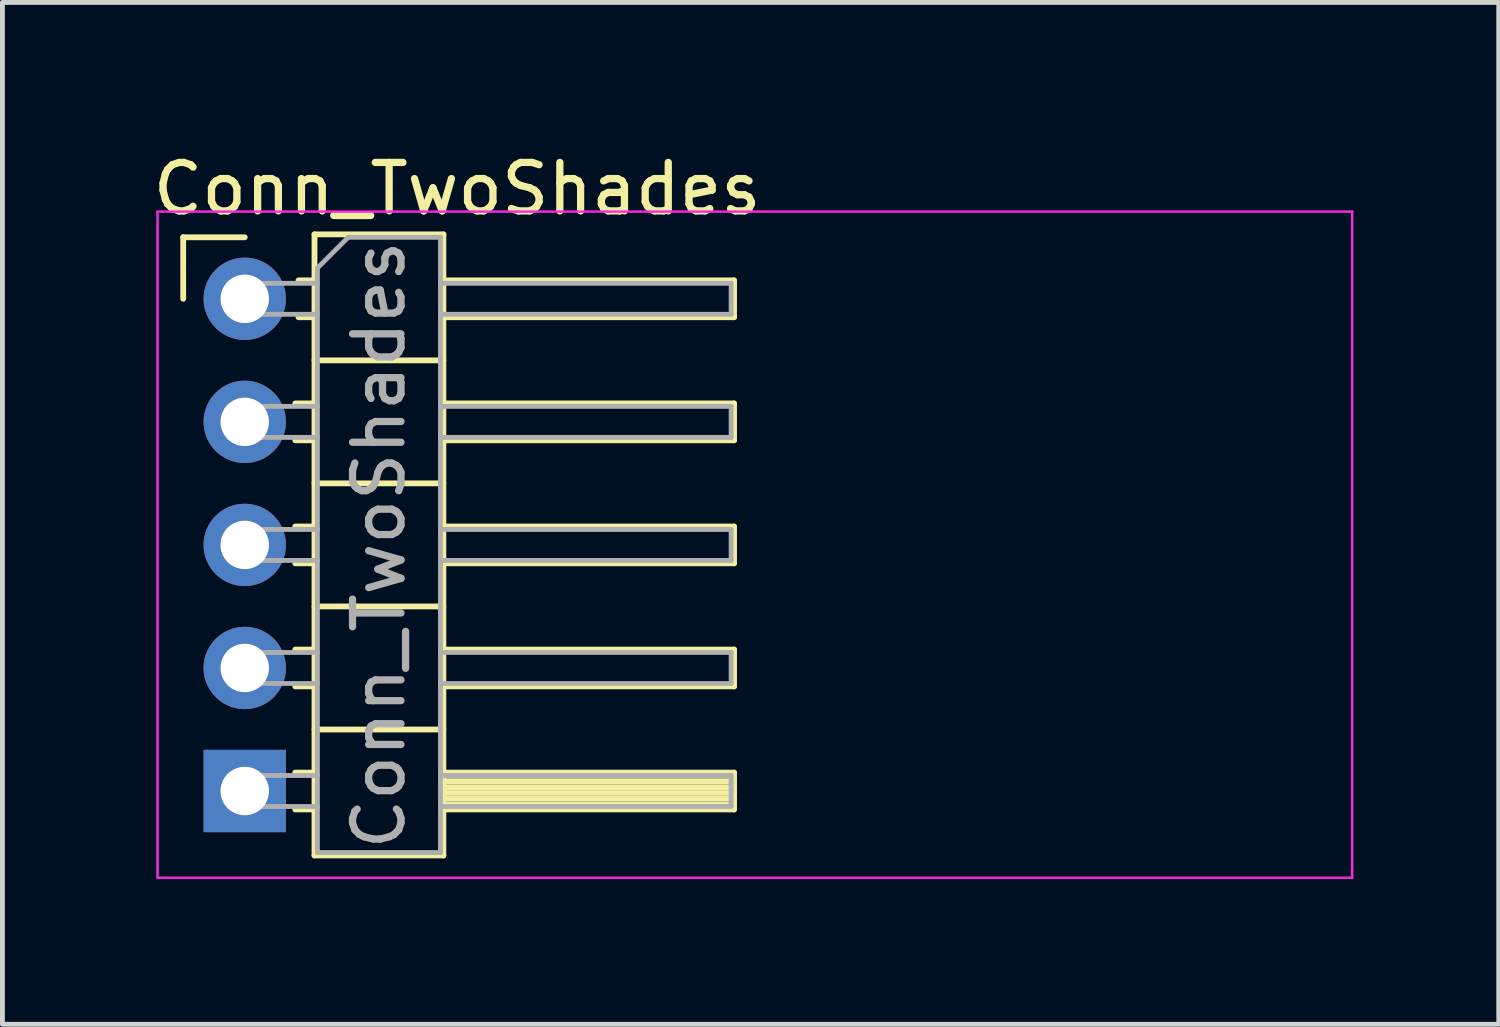
<source format=kicad_pcb>
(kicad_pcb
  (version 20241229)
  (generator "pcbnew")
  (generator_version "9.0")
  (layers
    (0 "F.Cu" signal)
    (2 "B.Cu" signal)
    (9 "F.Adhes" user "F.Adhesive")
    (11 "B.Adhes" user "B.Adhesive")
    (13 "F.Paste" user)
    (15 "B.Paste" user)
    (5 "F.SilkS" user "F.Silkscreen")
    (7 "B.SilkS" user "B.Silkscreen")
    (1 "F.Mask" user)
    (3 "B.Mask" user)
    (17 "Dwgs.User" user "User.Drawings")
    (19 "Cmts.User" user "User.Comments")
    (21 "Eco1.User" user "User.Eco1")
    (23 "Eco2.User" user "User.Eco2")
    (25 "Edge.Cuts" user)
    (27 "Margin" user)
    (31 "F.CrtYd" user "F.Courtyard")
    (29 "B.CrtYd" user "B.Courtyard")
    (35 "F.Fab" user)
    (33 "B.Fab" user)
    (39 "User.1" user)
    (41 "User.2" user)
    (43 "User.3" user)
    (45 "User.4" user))
  (footprint "Conn_TwoShades"
    (layer "F.Cu")
    (at 2.002 3.118)
    (property "Reference" "Conn_TwoShades" (at 4.385 -2.27 0) (layer "F.SilkS") (effects (font (size 1 1) (thickness 0.15))))
    (attr through_hole)
    (fp_line (start -1.27 -1.27) (end 0 -1.27) (stroke (width 0.12) (type solid)) (layer "F.SilkS"))
    (fp_line (start -1.27 0) (end -1.27 -1.27) (stroke (width 0.12) (type solid)) (layer "F.SilkS"))
    (fp_line (start 1.043 2.16) (end 1.44 2.16) (stroke (width 0.12) (type solid)) (layer "F.SilkS"))
    (fp_line (start 1.043 2.92) (end 1.44 2.92) (stroke (width 0.12) (type solid)) (layer "F.SilkS"))
    (fp_line (start 1.043 4.7) (end 1.44 4.7) (stroke (width 0.12) (type solid)) (layer "F.SilkS"))
    (fp_line (start 1.043 5.46) (end 1.44 5.46) (stroke (width 0.12) (type solid)) (layer "F.SilkS"))
    (fp_line (start 1.043 7.24) (end 1.44 7.24) (stroke (width 0.12) (type solid)) (layer "F.SilkS"))
    (fp_line (start 1.043 8) (end 1.44 8) (stroke (width 0.12) (type solid)) (layer "F.SilkS"))
    (fp_line (start 1.043 9.78) (end 1.44 9.78) (stroke (width 0.12) (type solid)) (layer "F.SilkS"))
    (fp_line (start 1.043 10.54) (end 1.44 10.54) (stroke (width 0.12) (type solid)) (layer "F.SilkS"))
    (fp_line (start 1.11 -0.38) (end 1.44 -0.38) (stroke (width 0.12) (type solid)) (layer "F.SilkS"))
    (fp_line (start 1.11 0.38) (end 1.44 0.38) (stroke (width 0.12) (type solid)) (layer "F.SilkS"))
    (fp_line (start 1.44 -1.33) (end 1.44 11.49) (stroke (width 0.12) (type solid)) (layer "F.SilkS"))
    (fp_line (start 1.44 1.27) (end 4.1 1.27) (stroke (width 0.12) (type solid)) (layer "F.SilkS"))
    (fp_line (start 1.44 3.81) (end 4.1 3.81) (stroke (width 0.12) (type solid)) (layer "F.SilkS"))
    (fp_line (start 1.44 6.35) (end 4.1 6.35) (stroke (width 0.12) (type solid)) (layer "F.SilkS"))
    (fp_line (start 1.44 8.89) (end 4.1 8.89) (stroke (width 0.12) (type solid)) (layer "F.SilkS"))
    (fp_line (start 1.44 11.49) (end 4.1 11.49) (stroke (width 0.12) (type solid)) (layer "F.SilkS"))
    (fp_line (start 4.1 -1.33) (end 1.44 -1.33) (stroke (width 0.12) (type solid)) (layer "F.SilkS"))
    (fp_line (start 4.1 -0.38) (end 10.1 -0.38) (stroke (width 0.12) (type solid)) (layer "F.SilkS"))
    (fp_line (start 4.1 2.16) (end 10.1 2.16) (stroke (width 0.12) (type solid)) (layer "F.SilkS"))
    (fp_line (start 4.1 4.7) (end 10.1 4.7) (stroke (width 0.12) (type solid)) (layer "F.SilkS"))
    (fp_line (start 4.1 7.24) (end 10.1 7.24) (stroke (width 0.12) (type solid)) (layer "F.SilkS"))
    (fp_line (start 4.1 9.78) (end 10.1 9.78) (stroke (width 0.12) (type solid)) (layer "F.SilkS"))
    (fp_line (start 4.1 9.84) (end 10.1 9.84) (stroke (width 0.12) (type solid)) (layer "F.SilkS"))
    (fp_line (start 4.1 9.96) (end 10.1 9.96) (stroke (width 0.12) (type solid)) (layer "F.SilkS"))
    (fp_line (start 4.1 10.08) (end 10.1 10.08) (stroke (width 0.12) (type solid)) (layer "F.SilkS"))
    (fp_line (start 4.1 10.2) (end 10.1 10.2) (stroke (width 0.12) (type solid)) (layer "F.SilkS"))
    (fp_line (start 4.1 10.32) (end 10.1 10.32) (stroke (width 0.12) (type solid)) (layer "F.SilkS"))
    (fp_line (start 4.1 10.44) (end 10.1 10.44) (stroke (width 0.12) (type solid)) (layer "F.SilkS"))
    (fp_line (start 4.1 11.49) (end 4.1 -1.33) (stroke (width 0.12) (type solid)) (layer "F.SilkS"))
    (fp_line (start 10.1 -0.38) (end 10.1 0.38) (stroke (width 0.12) (type solid)) (layer "F.SilkS"))
    (fp_line (start 10.1 0.38) (end 4.1 0.38) (stroke (width 0.12) (type solid)) (layer "F.SilkS"))
    (fp_line (start 10.1 2.16) (end 10.1 2.92) (stroke (width 0.12) (type solid)) (layer "F.SilkS"))
    (fp_line (start 10.1 2.92) (end 4.1 2.92) (stroke (width 0.12) (type solid)) (layer "F.SilkS"))
    (fp_line (start 10.1 4.7) (end 10.1 5.46) (stroke (width 0.12) (type solid)) (layer "F.SilkS"))
    (fp_line (start 10.1 5.46) (end 4.1 5.46) (stroke (width 0.12) (type solid)) (layer "F.SilkS"))
    (fp_line (start 10.1 7.24) (end 10.1 8) (stroke (width 0.12) (type solid)) (layer "F.SilkS"))
    (fp_line (start 10.1 8) (end 4.1 8) (stroke (width 0.12) (type solid)) (layer "F.SilkS"))
    (fp_line (start 10.1 9.78) (end 10.1 10.54) (stroke (width 0.12) (type solid)) (layer "F.SilkS"))
    (fp_line (start 10.1 10.54) (end 4.1 10.54) (stroke (width 0.12) (type solid)) (layer "F.SilkS"))
    (fp_line (start -1.8 -1.8) (end -1.8 11.95) (stroke (width 0.05) (type solid)) (layer "F.CrtYd"))
    (fp_line (start -1.8 11.95) (end 22.86 11.95) (stroke (width 0.05) (type solid)) (layer "F.CrtYd"))
    (fp_line (start 22.86 -1.8) (end -1.8 -1.8) (stroke (width 0.05) (type solid)) (layer "F.CrtYd"))
    (fp_line (start 22.86 11.95) (end 22.86 -1.8) (stroke (width 0.05) (type solid)) (layer "F.CrtYd"))
    (fp_line (start -0.32 -0.32) (end -0.32 0.32) (stroke (width 0.1) (type solid)) (layer "F.Fab"))
    (fp_line (start -0.32 -0.32) (end 1.5 -0.32) (stroke (width 0.1) (type solid)) (layer "F.Fab"))
    (fp_line (start -0.32 0.32) (end 1.5 0.32) (stroke (width 0.1) (type solid)) (layer "F.Fab"))
    (fp_line (start -0.32 2.22) (end -0.32 2.86) (stroke (width 0.1) (type solid)) (layer "F.Fab"))
    (fp_line (start -0.32 2.22) (end 1.5 2.22) (stroke (width 0.1) (type solid)) (layer "F.Fab"))
    (fp_line (start -0.32 2.86) (end 1.5 2.86) (stroke (width 0.1) (type solid)) (layer "F.Fab"))
    (fp_line (start -0.32 4.76) (end -0.32 5.4) (stroke (width 0.1) (type solid)) (layer "F.Fab"))
    (fp_line (start -0.32 4.76) (end 1.5 4.76) (stroke (width 0.1) (type solid)) (layer "F.Fab"))
    (fp_line (start -0.32 5.4) (end 1.5 5.4) (stroke (width 0.1) (type solid)) (layer "F.Fab"))
    (fp_line (start -0.32 7.3) (end -0.32 7.94) (stroke (width 0.1) (type solid)) (layer "F.Fab"))
    (fp_line (start -0.32 7.3) (end 1.5 7.3) (stroke (width 0.1) (type solid)) (layer "F.Fab"))
    (fp_line (start -0.32 7.94) (end 1.5 7.94) (stroke (width 0.1) (type solid)) (layer "F.Fab"))
    (fp_line (start -0.32 9.84) (end -0.32 10.48) (stroke (width 0.1) (type solid)) (layer "F.Fab"))
    (fp_line (start -0.32 9.84) (end 1.5 9.84) (stroke (width 0.1) (type solid)) (layer "F.Fab"))
    (fp_line (start -0.32 10.48) (end 1.5 10.48) (stroke (width 0.1) (type solid)) (layer "F.Fab"))
    (fp_line (start 1.5 -0.635) (end 2.135 -1.27) (stroke (width 0.1) (type solid)) (layer "F.Fab"))
    (fp_line (start 1.5 11.43) (end 1.5 -0.635) (stroke (width 0.1) (type solid)) (layer "F.Fab"))
    (fp_line (start 2.135 -1.27) (end 4.04 -1.27) (stroke (width 0.1) (type solid)) (layer "F.Fab"))
    (fp_line (start 4.04 -1.27) (end 4.04 11.43) (stroke (width 0.1) (type solid)) (layer "F.Fab"))
    (fp_line (start 4.04 -0.32) (end 10.04 -0.32) (stroke (width 0.1) (type solid)) (layer "F.Fab"))
    (fp_line (start 4.04 0.32) (end 10.04 0.32) (stroke (width 0.1) (type solid)) (layer "F.Fab"))
    (fp_line (start 4.04 2.22) (end 10.04 2.22) (stroke (width 0.1) (type solid)) (layer "F.Fab"))
    (fp_line (start 4.04 2.86) (end 10.04 2.86) (stroke (width 0.1) (type solid)) (layer "F.Fab"))
    (fp_line (start 4.04 4.76) (end 10.04 4.76) (stroke (width 0.1) (type solid)) (layer "F.Fab"))
    (fp_line (start 4.04 5.4) (end 10.04 5.4) (stroke (width 0.1) (type solid)) (layer "F.Fab"))
    (fp_line (start 4.04 7.3) (end 10.04 7.3) (stroke (width 0.1) (type solid)) (layer "F.Fab"))
    (fp_line (start 4.04 7.94) (end 10.04 7.94) (stroke (width 0.1) (type solid)) (layer "F.Fab"))
    (fp_line (start 4.04 9.84) (end 10.04 9.84) (stroke (width 0.1) (type solid)) (layer "F.Fab"))
    (fp_line (start 4.04 10.48) (end 10.04 10.48) (stroke (width 0.1) (type solid)) (layer "F.Fab"))
    (fp_line (start 4.04 11.43) (end 1.5 11.43) (stroke (width 0.1) (type solid)) (layer "F.Fab"))
    (fp_line (start 10.04 -0.32) (end 10.04 0.32) (stroke (width 0.1) (type solid)) (layer "F.Fab"))
    (fp_line (start 10.04 2.22) (end 10.04 2.86) (stroke (width 0.1) (type solid)) (layer "F.Fab"))
    (fp_line (start 10.04 4.76) (end 10.04 5.4) (stroke (width 0.1) (type solid)) (layer "F.Fab"))
    (fp_line (start 10.04 7.3) (end 10.04 7.94) (stroke (width 0.1) (type solid)) (layer "F.Fab"))
    (fp_line (start 10.04 9.84) (end 10.04 10.48) (stroke (width 0.1) (type solid)) (layer "F.Fab"))
    (fp_text user "${REFERENCE}" (at 2.77 5.08 90) (layer "F.Fab") (effects (font (size 1 1) (thickness 0.15))))
    (pad "1" thru_hole rect (at 0 10.16) (size 1.7 1.7) (drill 1) (layers "*.Cu" "*.Mask"))
    (pad "2" thru_hole oval (at 0 7.62) (size 1.7 1.7) (drill 1) (layers "*.Cu" "*.Mask"))
    (pad "3" thru_hole oval (at 0 5.08) (size 1.7 1.7) (drill 1) (layers "*.Cu" "*.Mask"))
    (pad "4" thru_hole oval (at 0 2.54) (size 1.7 1.7) (drill 1) (layers "*.Cu" "*.Mask"))
    (pad "5" thru_hole oval (at 0 0) (size 1.7 1.7) (drill 1) (layers "*.Cu" "*.Mask")))
  (gr_rect
    (start -3 -3)
    (end 27.887 18.093)
    (stroke (width 0.1) (type default))
    (fill no)
    (layer "Edge.Cuts")))
</source>
